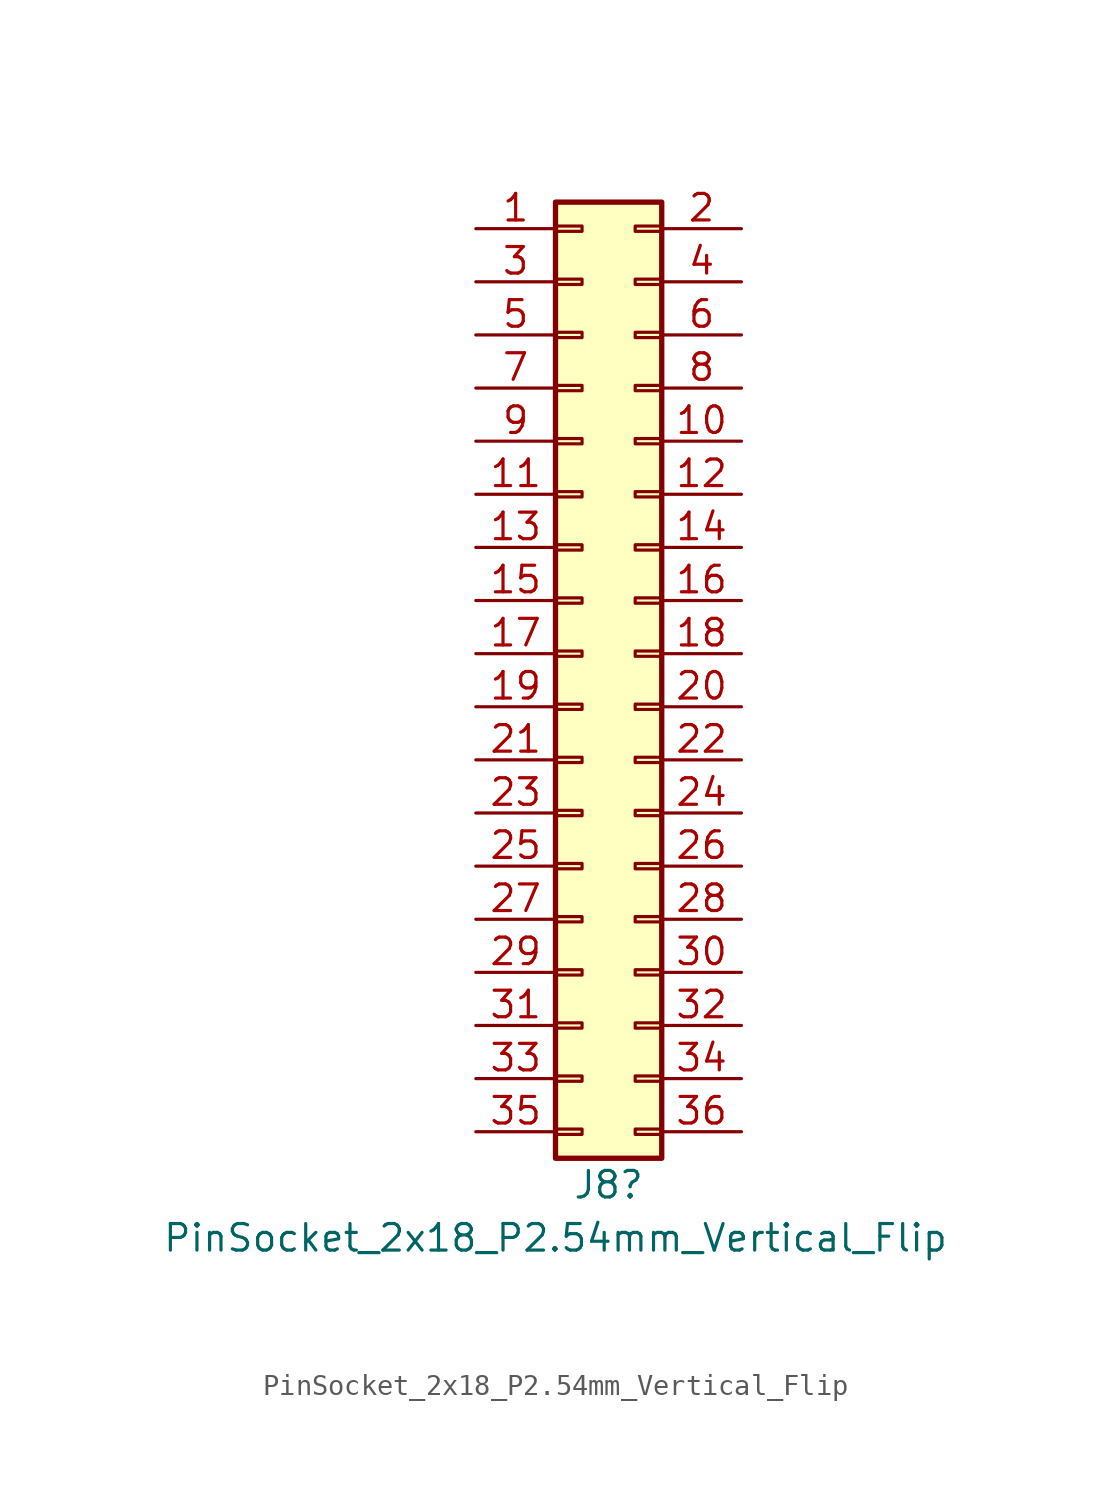
<source format=kicad_sym>
(kicad_symbol_lib
  (version 20231120)
  (generator "kicad_symbol_editor")
  (generator_version "8.0")
  (symbol "PinSocket_2x18_P2.54mm_Vertical_Flip"
    (pin_names
      (offset 1.016) hide)
    (property "Reference" "J8"
      (at 1.27 -25.4 0)
      (effects (font (size 1.27 1.27))))
    (property "Value" "PinSocket_2x18_P2.54mm_Vertical_Flip"
      (at -1.27 -27.94 0)
      (effects (font (size 1.27 1.27))))
    (symbol "PinSocket_2x18_P2.54mm_Vertical_Flip_1_1"
      (rectangle (start -1.27 -22.733) (end 0 -22.987) (stroke (width 0.152) (type default)) (fill (type none)))
      (rectangle (start -1.27 -20.193) (end 0 -20.447) (stroke (width 0.152) (type default)) (fill (type none)))
      (rectangle (start -1.27 -17.653) (end 0 -17.907) (stroke (width 0.152) (type default)) (fill (type none)))
      (rectangle (start -1.27 -15.113) (end 0 -15.367) (stroke (width 0.152) (type default)) (fill (type none)))
      (rectangle (start -1.27 -12.573) (end 0 -12.827) (stroke (width 0.152) (type default)) (fill (type none)))
      (rectangle (start -1.27 -10.033) (end 0 -10.287) (stroke (width 0.152) (type default)) (fill (type none)))
      (rectangle (start -1.27 -7.493) (end 0 -7.747) (stroke (width 0.152) (type default)) (fill (type none)))
      (rectangle (start -1.27 -4.953) (end 0 -5.207) (stroke (width 0.152) (type default)) (fill (type none)))
      (rectangle (start -1.27 -2.413) (end 0 -2.667) (stroke (width 0.152) (type default)) (fill (type none)))
      (rectangle (start -1.27 0.127) (end 0 -0.127) (stroke (width 0.152) (type default)) (fill (type none)))
      (rectangle (start -1.27 2.667) (end 0 2.413) (stroke (width 0.152) (type default)) (fill (type none)))
      (rectangle (start -1.27 5.207) (end 0 4.953) (stroke (width 0.152) (type default)) (fill (type none)))
      (rectangle (start -1.27 7.747) (end 0 7.493) (stroke (width 0.152) (type default)) (fill (type none)))
      (rectangle (start -1.27 10.287) (end 0 10.033) (stroke (width 0.152) (type default)) (fill (type none)))
      (rectangle (start -1.27 12.827) (end 0 12.573) (stroke (width 0.152) (type default)) (fill (type none)))
      (rectangle (start -1.27 15.367) (end 0 15.113) (stroke (width 0.152) (type default)) (fill (type none)))
      (rectangle (start -1.27 17.907) (end 0 17.653) (stroke (width 0.152) (type default)) (fill (type none)))
      (rectangle (start -1.27 20.447) (end 0 20.193) (stroke (width 0.152) (type default)) (fill (type none)))
      (rectangle (start -1.27 21.59) (end 3.81 -24.13) (stroke (width 0.254) (type default)) (fill (type background)))
      (rectangle (start 3.81 -22.733) (end 2.54 -22.987) (stroke (width 0.152) (type default)) (fill (type none)))
      (rectangle (start 3.81 -20.193) (end 2.54 -20.447) (stroke (width 0.152) (type default)) (fill (type none)))
      (rectangle (start 3.81 -17.653) (end 2.54 -17.907) (stroke (width 0.152) (type default)) (fill (type none)))
      (rectangle (start 3.81 -15.113) (end 2.54 -15.367) (stroke (width 0.152) (type default)) (fill (type none)))
      (rectangle (start 3.81 -12.573) (end 2.54 -12.827) (stroke (width 0.152) (type default)) (fill (type none)))
      (rectangle (start 3.81 -10.033) (end 2.54 -10.287) (stroke (width 0.152) (type default)) (fill (type none)))
      (rectangle (start 3.81 -7.493) (end 2.54 -7.747) (stroke (width 0.152) (type default)) (fill (type none)))
      (rectangle (start 3.81 -4.953) (end 2.54 -5.207) (stroke (width 0.152) (type default)) (fill (type none)))
      (rectangle (start 3.81 -2.413) (end 2.54 -2.667) (stroke (width 0.152) (type default)) (fill (type none)))
      (rectangle (start 3.81 0.127) (end 2.54 -0.127) (stroke (width 0.152) (type default)) (fill (type none)))
      (rectangle (start 3.81 2.667) (end 2.54 2.413) (stroke (width 0.152) (type default)) (fill (type none)))
      (rectangle (start 3.81 5.207) (end 2.54 4.953) (stroke (width 0.152) (type default)) (fill (type none)))
      (rectangle (start 3.81 7.747) (end 2.54 7.493) (stroke (width 0.152) (type default)) (fill (type none)))
      (rectangle (start 3.81 10.287) (end 2.54 10.033) (stroke (width 0.152) (type default)) (fill (type none)))
      (rectangle (start 3.81 12.827) (end 2.54 12.573) (stroke (width 0.152) (type default)) (fill (type none)))
      (rectangle (start 3.81 15.367) (end 2.54 15.113) (stroke (width 0.152) (type default)) (fill (type none)))
      (rectangle (start 3.81 17.907) (end 2.54 17.653) (stroke (width 0.152) (type default)) (fill (type none)))
      (rectangle (start 3.81 20.447) (end 2.54 20.193) (stroke (width 0.152) (type default)) (fill (type none)))
      (pin passive line (at -5.08 20.32 0) (length 3.81) (name "Pin_1" (effects (font (size 1.27 1.27)))) (number "1" (effects (font (size 1.27 1.27)))))
      (pin passive line (at 7.62 10.16 180) (length 3.81) (name "Pin_10" (effects (font (size 1.27 1.27)))) (number "10" (effects (font (size 1.27 1.27)))))
      (pin passive line (at -5.08 7.62 0) (length 3.81) (name "Pin_11" (effects (font (size 1.27 1.27)))) (number "11" (effects (font (size 1.27 1.27)))))
      (pin passive line (at 7.62 7.62 180) (length 3.81) (name "Pin_12" (effects (font (size 1.27 1.27)))) (number "12" (effects (font (size 1.27 1.27)))))
      (pin passive line (at -5.08 5.08 0) (length 3.81) (name "Pin_13" (effects (font (size 1.27 1.27)))) (number "13" (effects (font (size 1.27 1.27)))))
      (pin passive line (at 7.62 5.08 180) (length 3.81) (name "Pin_14" (effects (font (size 1.27 1.27)))) (number "14" (effects (font (size 1.27 1.27)))))
      (pin passive line (at -5.08 2.54 0) (length 3.81) (name "Pin_15" (effects (font (size 1.27 1.27)))) (number "15" (effects (font (size 1.27 1.27)))))
      (pin passive line (at 7.62 2.54 180) (length 3.81) (name "Pin_16" (effects (font (size 1.27 1.27)))) (number "16" (effects (font (size 1.27 1.27)))))
      (pin passive line (at -5.08 0 0) (length 3.81) (name "Pin_17" (effects (font (size 1.27 1.27)))) (number "17" (effects (font (size 1.27 1.27)))))
      (pin passive line (at 7.62 0 180) (length 3.81) (name "Pin_18" (effects (font (size 1.27 1.27)))) (number "18" (effects (font (size 1.27 1.27)))))
      (pin passive line (at -5.08 -2.54 0) (length 3.81) (name "Pin_19" (effects (font (size 1.27 1.27)))) (number "19" (effects (font (size 1.27 1.27)))))
      (pin passive line (at 7.62 20.32 180) (length 3.81) (name "Pin_2" (effects (font (size 1.27 1.27)))) (number "2" (effects (font (size 1.27 1.27)))))
      (pin passive line (at 7.62 -2.54 180) (length 3.81) (name "Pin_20" (effects (font (size 1.27 1.27)))) (number "20" (effects (font (size 1.27 1.27)))))
      (pin passive line (at -5.08 -5.08 0) (length 3.81) (name "Pin_21" (effects (font (size 1.27 1.27)))) (number "21" (effects (font (size 1.27 1.27)))))
      (pin passive line (at 7.62 -5.08 180) (length 3.81) (name "Pin_22" (effects (font (size 1.27 1.27)))) (number "22" (effects (font (size 1.27 1.27)))))
      (pin passive line (at -5.08 -7.62 0) (length 3.81) (name "Pin_23" (effects (font (size 1.27 1.27)))) (number "23" (effects (font (size 1.27 1.27)))))
      (pin passive line (at 7.62 -7.62 180) (length 3.81) (name "Pin_24" (effects (font (size 1.27 1.27)))) (number "24" (effects (font (size 1.27 1.27)))))
      (pin passive line (at -5.08 -10.16 0) (length 3.81) (name "Pin_25" (effects (font (size 1.27 1.27)))) (number "25" (effects (font (size 1.27 1.27)))))
      (pin passive line (at 7.62 -10.16 180) (length 3.81) (name "Pin_26" (effects (font (size 1.27 1.27)))) (number "26" (effects (font (size 1.27 1.27)))))
      (pin passive line (at -5.08 -12.7 0) (length 3.81) (name "Pin_27" (effects (font (size 1.27 1.27)))) (number "27" (effects (font (size 1.27 1.27)))))
      (pin passive line (at 7.62 -12.7 180) (length 3.81) (name "Pin_28" (effects (font (size 1.27 1.27)))) (number "28" (effects (font (size 1.27 1.27)))))
      (pin passive line (at -5.08 -15.24 0) (length 3.81) (name "Pin_29" (effects (font (size 1.27 1.27)))) (number "29" (effects (font (size 1.27 1.27)))))
      (pin passive line (at -5.08 17.78 0) (length 3.81) (name "Pin_3" (effects (font (size 1.27 1.27)))) (number "3" (effects (font (size 1.27 1.27)))))
      (pin passive line (at 7.62 -15.24 180) (length 3.81) (name "Pin_30" (effects (font (size 1.27 1.27)))) (number "30" (effects (font (size 1.27 1.27)))))
      (pin passive line (at -5.08 -17.78 0) (length 3.81) (name "Pin_31" (effects (font (size 1.27 1.27)))) (number "31" (effects (font (size 1.27 1.27)))))
      (pin passive line (at 7.62 -17.78 180) (length 3.81) (name "Pin_32" (effects (font (size 1.27 1.27)))) (number "32" (effects (font (size 1.27 1.27)))))
      (pin passive line (at -5.08 -20.32 0) (length 3.81) (name "Pin_33" (effects (font (size 1.27 1.27)))) (number "33" (effects (font (size 1.27 1.27)))))
      (pin passive line (at 7.62 -20.32 180) (length 3.81) (name "Pin_34" (effects (font (size 1.27 1.27)))) (number "34" (effects (font (size 1.27 1.27)))))
      (pin passive line (at -5.08 -22.86 0) (length 3.81) (name "Pin_35" (effects (font (size 1.27 1.27)))) (number "35" (effects (font (size 1.27 1.27)))))
      (pin passive line (at 7.62 -22.86 180) (length 3.81) (name "Pin_36" (effects (font (size 1.27 1.27)))) (number "36" (effects (font (size 1.27 1.27)))))
      (pin passive line (at 7.62 17.78 180) (length 3.81) (name "Pin_4" (effects (font (size 1.27 1.27)))) (number "4" (effects (font (size 1.27 1.27)))))
      (pin passive line (at -5.08 15.24 0) (length 3.81) (name "Pin_5" (effects (font (size 1.27 1.27)))) (number "5" (effects (font (size 1.27 1.27)))))
      (pin passive line (at 7.62 15.24 180) (length 3.81) (name "Pin_6" (effects (font (size 1.27 1.27)))) (number "6" (effects (font (size 1.27 1.27)))))
      (pin passive line (at -5.08 12.7 0) (length 3.81) (name "Pin_7" (effects (font (size 1.27 1.27)))) (number "7" (effects (font (size 1.27 1.27)))))
      (pin passive line (at 7.62 12.7 180) (length 3.81) (name "Pin_8" (effects (font (size 1.27 1.27)))) (number "8" (effects (font (size 1.27 1.27)))))
      (pin passive line (at -5.08 10.16 0) (length 3.81) (name "Pin_9" (effects (font (size 1.27 1.27)))) (number "9" (effects (font (size 1.27 1.27))))))))
</source>
